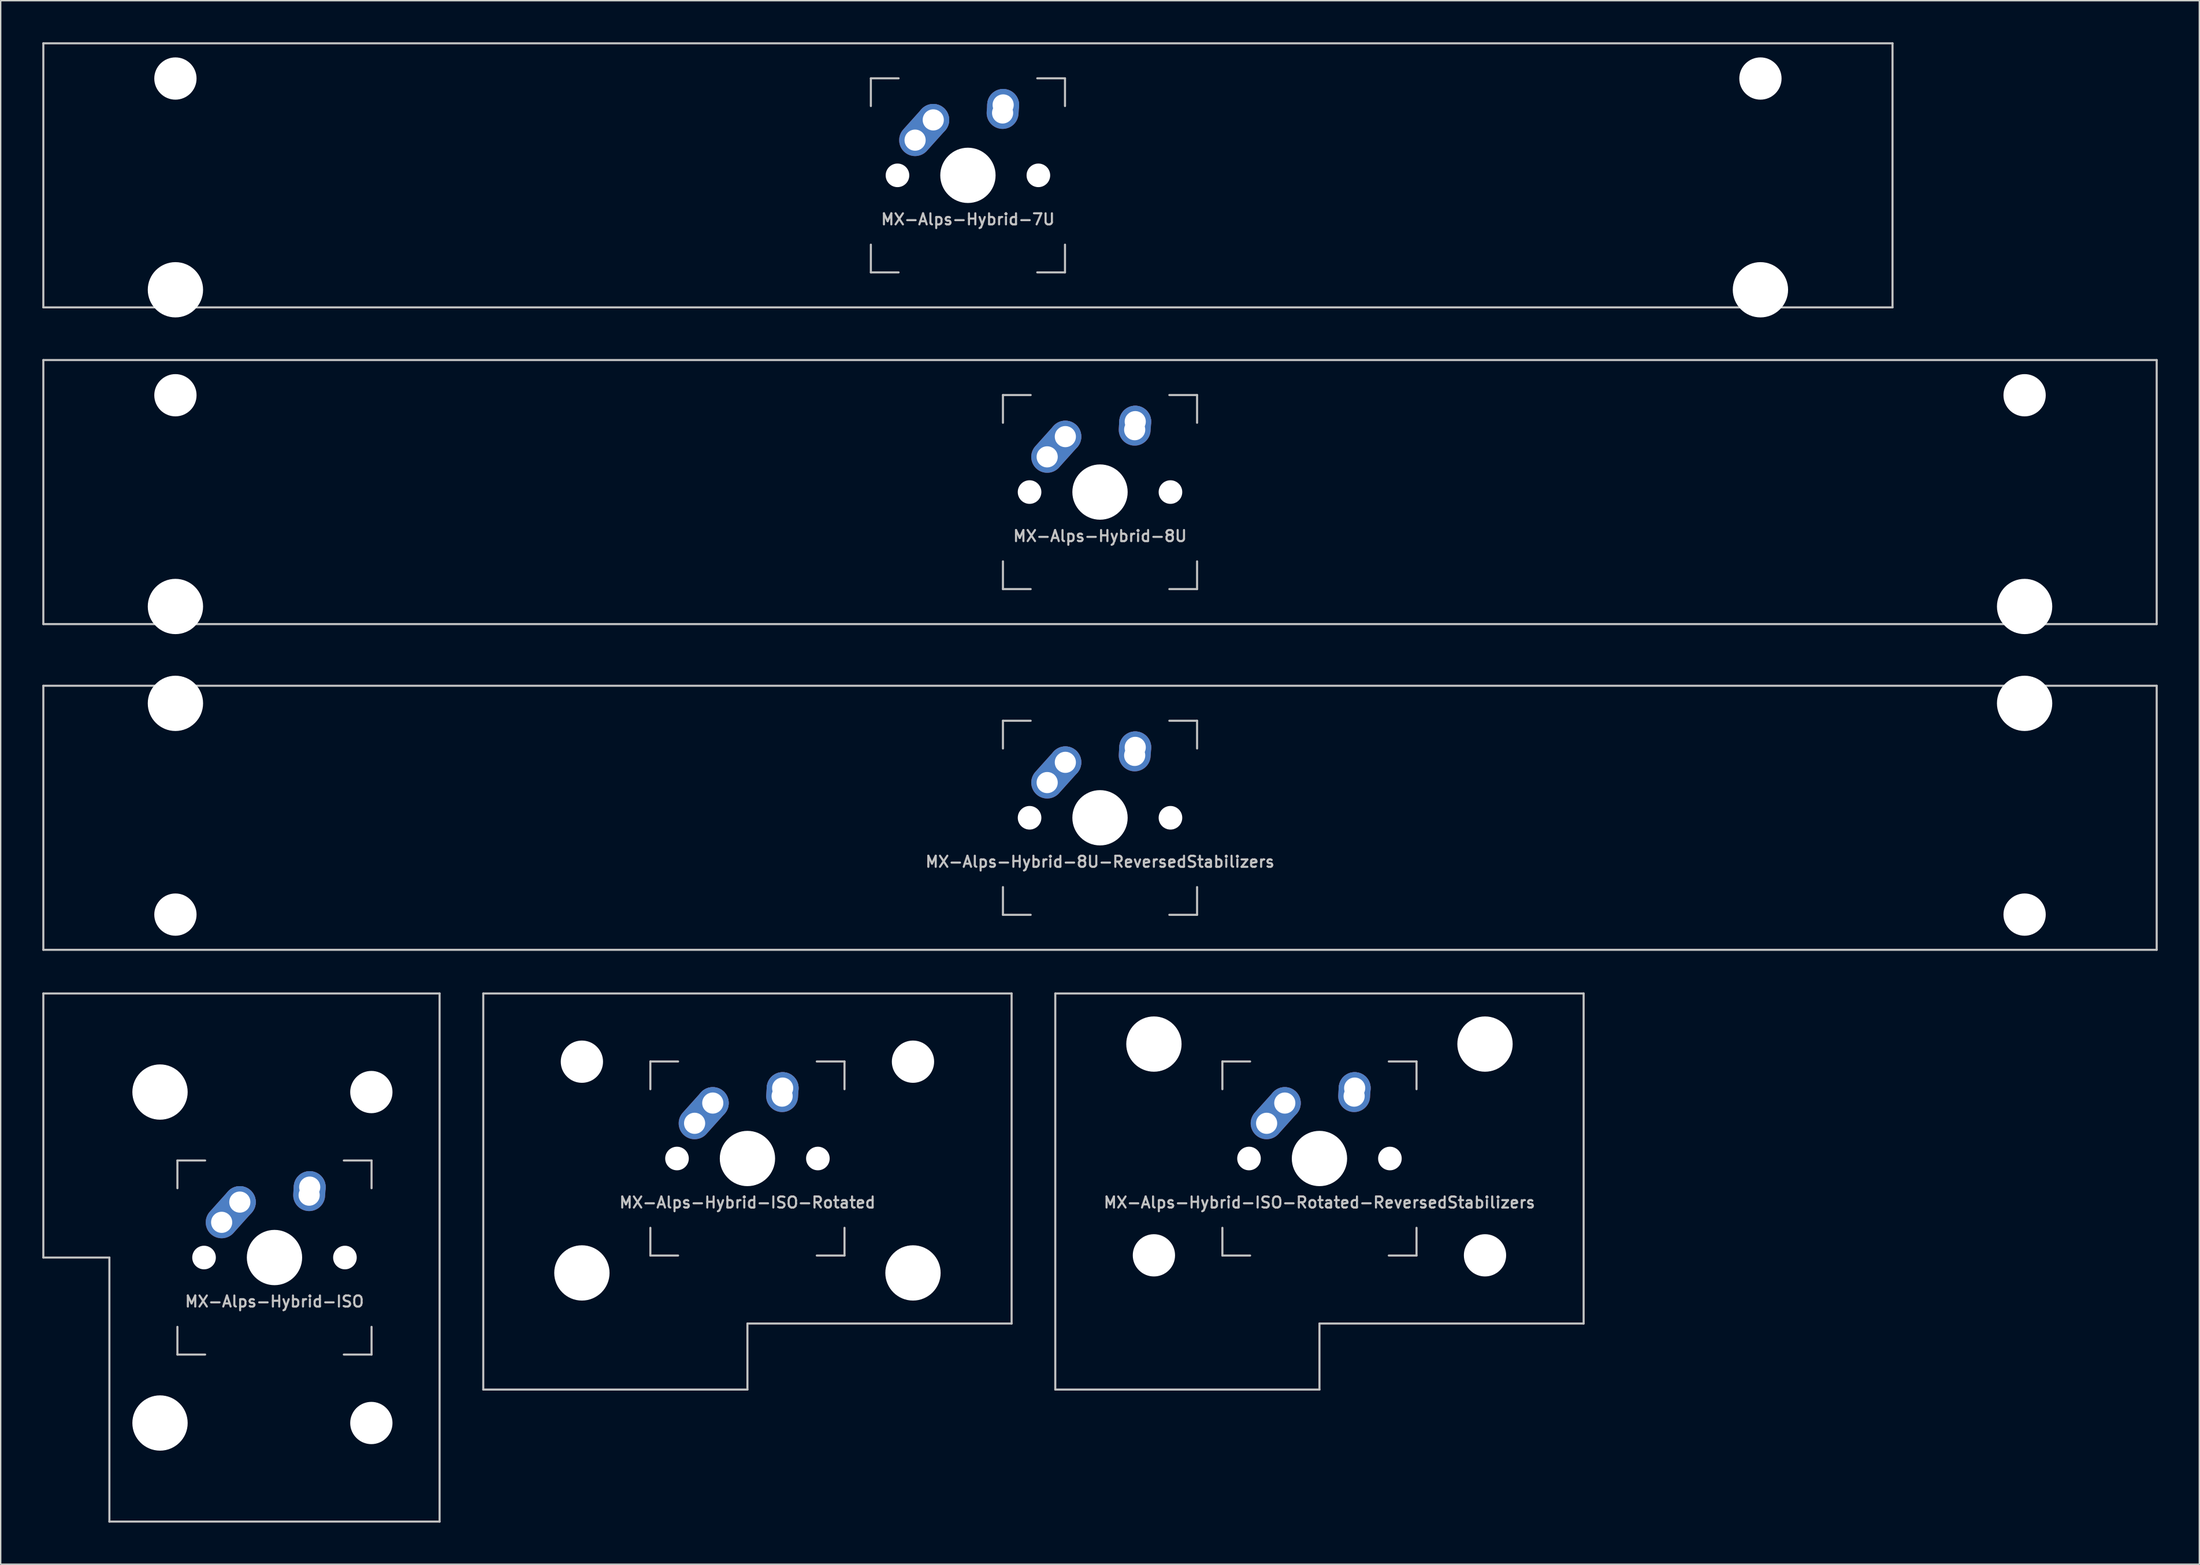
<source format=kicad_pcb>
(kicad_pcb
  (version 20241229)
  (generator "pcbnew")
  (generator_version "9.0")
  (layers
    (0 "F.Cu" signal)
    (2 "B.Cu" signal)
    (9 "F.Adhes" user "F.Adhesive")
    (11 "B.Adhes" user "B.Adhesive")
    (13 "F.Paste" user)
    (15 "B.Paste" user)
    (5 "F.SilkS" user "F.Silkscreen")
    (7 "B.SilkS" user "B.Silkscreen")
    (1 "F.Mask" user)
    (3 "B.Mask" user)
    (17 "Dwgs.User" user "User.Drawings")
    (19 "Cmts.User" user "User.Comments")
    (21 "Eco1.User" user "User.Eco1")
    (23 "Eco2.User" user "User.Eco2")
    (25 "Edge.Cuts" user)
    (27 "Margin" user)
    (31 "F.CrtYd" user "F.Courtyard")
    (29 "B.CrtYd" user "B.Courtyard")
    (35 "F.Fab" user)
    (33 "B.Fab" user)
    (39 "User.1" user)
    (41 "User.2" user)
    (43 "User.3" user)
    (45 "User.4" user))
  (footprint "MX-Alps-Hybrid-7U"
    (layer "F.Cu")
    (at 66.75 9.6)
    (property "Reference" "MX-Alps-Hybrid-7U" (at 0 3.175 0) (layer "Dwgs.User") (effects (font (size 0.8 0.8) (thickness 0.15))))
    (attr through_hole)
    (fp_line (start -66.675 9.525) (end -66.675 -9.525) (stroke (width 0.15) (type solid)) (layer "Dwgs.User"))
    (fp_line (start -7 -7) (end -7 -5) (stroke (width 0.15) (type solid)) (layer "Dwgs.User"))
    (fp_line (start -7 5) (end -7 7) (stroke (width 0.15) (type solid)) (layer "Dwgs.User"))
    (fp_line (start -7 7) (end -5 7) (stroke (width 0.15) (type solid)) (layer "Dwgs.User"))
    (fp_line (start -5 -7) (end -7 -7) (stroke (width 0.15) (type solid)) (layer "Dwgs.User"))
    (fp_line (start 5 -7) (end 7 -7) (stroke (width 0.15) (type solid)) (layer "Dwgs.User"))
    (fp_line (start 5 7) (end 7 7) (stroke (width 0.15) (type solid)) (layer "Dwgs.User"))
    (fp_line (start 7 -7) (end 7 -5) (stroke (width 0.15) (type solid)) (layer "Dwgs.User"))
    (fp_line (start 7 7) (end 7 5) (stroke (width 0.15) (type solid)) (layer "Dwgs.User"))
    (fp_line (start 66.675 -9.525) (end -66.675 -9.525) (stroke (width 0.15) (type solid)) (layer "Dwgs.User"))
    (fp_line (start 66.675 9.525) (end -66.675 9.525) (stroke (width 0.15) (type solid)) (layer "Dwgs.User"))
    (fp_line (start 66.675 9.525) (end 66.675 -9.525) (stroke (width 0.15) (type solid)) (layer "Dwgs.User"))
    (pad "" np_thru_hole circle (at -57.15 -6.985) (size 3.048 3.048) (drill 3.048) (layers "*.Cu" "*.Mask"))
    (pad "" np_thru_hole circle (at -57.15 8.255) (size 3.988 3.988) (drill 3.988) (layers "*.Cu" "*.Mask"))
    (pad "" np_thru_hole circle (at -5.08 0 48.099) (size 1.702 1.702) (drill 1.702) (layers "*.Cu" "*.Mask"))
    (pad "" np_thru_hole circle (at 0 0) (size 3.988 3.988) (drill 3.988) (layers "*.Cu" "*.Mask"))
    (pad "" np_thru_hole circle (at 5.08 0 48.099) (size 1.702 1.702) (drill 1.702) (layers "*.Cu" "*.Mask"))
    (pad "" np_thru_hole circle (at 57.15 -6.985) (size 3.048 3.048) (drill 3.048) (layers "*.Cu" "*.Mask"))
    (pad "" np_thru_hole circle (at 57.15 8.255) (size 3.988 3.988) (drill 3.988) (layers "*.Cu" "*.Mask"))
    (pad "1" thru_hole oval (at -3.81 -2.54 48.099) (size 4.262 2.3) (drill 1.524 (offset 0.981 0)) (layers "*.Cu" "B.Mask"))
    (pad "1" thru_hole circle (at -2.5 -4) (size 2.3 2.3) (drill 1.524) (layers "*.Cu" "B.Mask"))
    (pad "2" thru_hole oval (at 2.5 -4.5 86.054) (size 2.881 2.3) (drill 1.524 (offset 0.291 0)) (layers "*.Cu" "B.Mask"))
    (pad "2" thru_hole circle (at 2.54 -5.08) (size 2.3 2.3) (drill 1.524) (layers "*.Cu" "B.Mask")))
  (footprint "MX-Alps-Hybrid-ISO-Rotated"
    (layer "F.Cu")
    (at 50.85 80.528)
    (property "Reference" "MX-Alps-Hybrid-ISO-Rotated" (at 0 3.175 0) (layer "Dwgs.User") (effects (font (size 0.8 0.8) (thickness 0.15))))
    (attr through_hole)
    (fp_line (start -19.05 -11.906) (end 19.05 -11.906) (stroke (width 0.15) (type solid)) (layer "Dwgs.User"))
    (fp_line (start -19.05 16.669) (end -19.05 -11.906) (stroke (width 0.15) (type solid)) (layer "Dwgs.User"))
    (fp_line (start -19.05 16.669) (end 0 16.669) (stroke (width 0.15) (type solid)) (layer "Dwgs.User"))
    (fp_line (start -7 -7) (end -7 -5) (stroke (width 0.15) (type solid)) (layer "Dwgs.User"))
    (fp_line (start -7 5) (end -7 7) (stroke (width 0.15) (type solid)) (layer "Dwgs.User"))
    (fp_line (start -7 7) (end -5 7) (stroke (width 0.15) (type solid)) (layer "Dwgs.User"))
    (fp_line (start -5 -7) (end -7 -7) (stroke (width 0.15) (type solid)) (layer "Dwgs.User"))
    (fp_line (start 0 11.906) (end 0 16.669) (stroke (width 0.15) (type solid)) (layer "Dwgs.User"))
    (fp_line (start 5 -7) (end 7 -7) (stroke (width 0.15) (type solid)) (layer "Dwgs.User"))
    (fp_line (start 5 7) (end 7 7) (stroke (width 0.15) (type solid)) (layer "Dwgs.User"))
    (fp_line (start 7 -7) (end 7 -5) (stroke (width 0.15) (type solid)) (layer "Dwgs.User"))
    (fp_line (start 7 7) (end 7 5) (stroke (width 0.15) (type solid)) (layer "Dwgs.User"))
    (fp_line (start 19.05 11.906) (end 0 11.906) (stroke (width 0.15) (type solid)) (layer "Dwgs.User"))
    (fp_line (start 19.05 11.906) (end 19.05 -11.906) (stroke (width 0.15) (type solid)) (layer "Dwgs.User"))
    (pad "" np_thru_hole circle (at -11.938 -6.985) (size 3.048 3.048) (drill 3.048) (layers "*.Cu" "*.Mask"))
    (pad "" np_thru_hole circle (at -11.938 8.255) (size 3.988 3.988) (drill 3.988) (layers "*.Cu" "*.Mask"))
    (pad "" np_thru_hole circle (at -5.08 0 48.099) (size 1.702 1.702) (drill 1.702) (layers "*.Cu" "*.Mask"))
    (pad "" np_thru_hole circle (at 0 0) (size 3.988 3.988) (drill 3.988) (layers "*.Cu" "*.Mask"))
    (pad "" np_thru_hole circle (at 5.08 0 48.099) (size 1.702 1.702) (drill 1.702) (layers "*.Cu" "*.Mask"))
    (pad "" np_thru_hole circle (at 11.938 -6.985) (size 3.048 3.048) (drill 3.048) (layers "*.Cu" "*.Mask"))
    (pad "" np_thru_hole circle (at 11.938 8.255) (size 3.988 3.988) (drill 3.988) (layers "*.Cu" "*.Mask"))
    (pad "1" thru_hole oval (at -3.81 -2.54 48.099) (size 4.262 2.3) (drill 1.524 (offset 0.981 0)) (layers "*.Cu" "B.Mask"))
    (pad "1" thru_hole circle (at -2.5 -4) (size 2.3 2.3) (drill 1.524) (layers "*.Cu" "B.Mask"))
    (pad "2" thru_hole oval (at 2.5 -4.5 86.054) (size 2.881 2.3) (drill 1.524 (offset 0.291 0)) (layers "*.Cu" "B.Mask"))
    (pad "2" thru_hole circle (at 2.54 -5.08) (size 2.3 2.3) (drill 1.524) (layers "*.Cu" "B.Mask")))
  (footprint "MX-Alps-Hybrid-8U-ReversedStabilizers"
    (layer "F.Cu")
    (at 76.275 55.947)
    (property "Reference" "MX-Alps-Hybrid-8U-ReversedStabilizers" (at 0 3.175 0) (layer "Dwgs.User") (effects (font (size 0.8 0.8) (thickness 0.15))))
    (attr through_hole)
    (fp_line (start -76.2 9.525) (end -76.2 -9.525) (stroke (width 0.15) (type solid)) (layer "Dwgs.User"))
    (fp_line (start -7 -7) (end -7 -5) (stroke (width 0.15) (type solid)) (layer "Dwgs.User"))
    (fp_line (start -7 5) (end -7 7) (stroke (width 0.15) (type solid)) (layer "Dwgs.User"))
    (fp_line (start -7 7) (end -5 7) (stroke (width 0.15) (type solid)) (layer "Dwgs.User"))
    (fp_line (start -5 -7) (end -7 -7) (stroke (width 0.15) (type solid)) (layer "Dwgs.User"))
    (fp_line (start 5 -7) (end 7 -7) (stroke (width 0.15) (type solid)) (layer "Dwgs.User"))
    (fp_line (start 5 7) (end 7 7) (stroke (width 0.15) (type solid)) (layer "Dwgs.User"))
    (fp_line (start 7 -7) (end 7 -5) (stroke (width 0.15) (type solid)) (layer "Dwgs.User"))
    (fp_line (start 7 7) (end 7 5) (stroke (width 0.15) (type solid)) (layer "Dwgs.User"))
    (fp_line (start 76.2 -9.525) (end -76.2 -9.525) (stroke (width 0.15) (type solid)) (layer "Dwgs.User"))
    (fp_line (start 76.2 9.525) (end -76.2 9.525) (stroke (width 0.15) (type solid)) (layer "Dwgs.User"))
    (fp_line (start 76.2 9.525) (end 76.2 -9.525) (stroke (width 0.15) (type solid)) (layer "Dwgs.User"))
    (pad "" np_thru_hole circle (at -66.675 -8.255) (size 3.988 3.988) (drill 3.988) (layers "*.Cu" "*.Mask"))
    (pad "" np_thru_hole circle (at -66.675 6.985) (size 3.048 3.048) (drill 3.048) (layers "*.Cu" "*.Mask"))
    (pad "" np_thru_hole circle (at -5.08 0 48.099) (size 1.702 1.702) (drill 1.702) (layers "*.Cu" "*.Mask"))
    (pad "" np_thru_hole circle (at 0 0) (size 3.988 3.988) (drill 3.988) (layers "*.Cu" "*.Mask"))
    (pad "" np_thru_hole circle (at 5.08 0 48.099) (size 1.702 1.702) (drill 1.702) (layers "*.Cu" "*.Mask"))
    (pad "" np_thru_hole circle (at 66.675 -8.255) (size 3.988 3.988) (drill 3.988) (layers "*.Cu" "*.Mask"))
    (pad "" np_thru_hole circle (at 66.675 6.985) (size 3.048 3.048) (drill 3.048) (layers "*.Cu" "*.Mask"))
    (pad "1" thru_hole oval (at -3.81 -2.54 48.099) (size 4.262 2.3) (drill 1.524 (offset 0.981 0)) (layers "*.Cu" "*.Mask"))
    (pad "1" thru_hole circle (at -2.5 -4) (size 2.3 2.3) (drill 1.524) (layers "*.Cu" "*.Mask"))
    (pad "2" thru_hole oval (at 2.5 -4.5 86.054) (size 2.881 2.3) (drill 1.524 (offset 0.291 0)) (layers "*.Cu" "*.Mask"))
    (pad "2" thru_hole circle (at 2.54 -5.08) (size 2.3 2.3) (drill 1.524) (layers "*.Cu" "*.Mask")))
  (footprint "MX-Alps-Hybrid-8U"
    (layer "F.Cu")
    (at 76.275 32.449)
    (property "Reference" "MX-Alps-Hybrid-8U" (at 0 3.175 0) (layer "Dwgs.User") (effects (font (size 0.8 0.8) (thickness 0.15))))
    (attr through_hole)
    (fp_line (start -76.2 9.525) (end -76.2 -9.525) (stroke (width 0.15) (type solid)) (layer "Dwgs.User"))
    (fp_line (start -7 -7) (end -7 -5) (stroke (width 0.15) (type solid)) (layer "Dwgs.User"))
    (fp_line (start -7 5) (end -7 7) (stroke (width 0.15) (type solid)) (layer "Dwgs.User"))
    (fp_line (start -7 7) (end -5 7) (stroke (width 0.15) (type solid)) (layer "Dwgs.User"))
    (fp_line (start -5 -7) (end -7 -7) (stroke (width 0.15) (type solid)) (layer "Dwgs.User"))
    (fp_line (start 5 -7) (end 7 -7) (stroke (width 0.15) (type solid)) (layer "Dwgs.User"))
    (fp_line (start 5 7) (end 7 7) (stroke (width 0.15) (type solid)) (layer "Dwgs.User"))
    (fp_line (start 7 -7) (end 7 -5) (stroke (width 0.15) (type solid)) (layer "Dwgs.User"))
    (fp_line (start 7 7) (end 7 5) (stroke (width 0.15) (type solid)) (layer "Dwgs.User"))
    (fp_line (start 76.2 -9.525) (end -76.2 -9.525) (stroke (width 0.15) (type solid)) (layer "Dwgs.User"))
    (fp_line (start 76.2 9.525) (end -76.2 9.525) (stroke (width 0.15) (type solid)) (layer "Dwgs.User"))
    (fp_line (start 76.2 9.525) (end 76.2 -9.525) (stroke (width 0.15) (type solid)) (layer "Dwgs.User"))
    (pad "" np_thru_hole circle (at -66.675 -6.985) (size 3.048 3.048) (drill 3.048) (layers "*.Cu" "*.Mask"))
    (pad "" np_thru_hole circle (at -66.675 8.255) (size 3.988 3.988) (drill 3.988) (layers "*.Cu" "*.Mask"))
    (pad "" np_thru_hole circle (at -5.08 0 48.099) (size 1.702 1.702) (drill 1.702) (layers "*.Cu" "*.Mask"))
    (pad "" np_thru_hole circle (at 0 0) (size 3.988 3.988) (drill 3.988) (layers "*.Cu" "*.Mask"))
    (pad "" np_thru_hole circle (at 5.08 0 48.099) (size 1.702 1.702) (drill 1.702) (layers "*.Cu" "*.Mask"))
    (pad "" np_thru_hole circle (at 66.675 -6.985) (size 3.048 3.048) (drill 3.048) (layers "*.Cu" "*.Mask"))
    (pad "" np_thru_hole circle (at 66.675 8.255) (size 3.988 3.988) (drill 3.988) (layers "*.Cu" "*.Mask"))
    (pad "1" thru_hole oval (at -3.81 -2.54 48.099) (size 4.262 2.3) (drill 1.524 (offset 0.981 0)) (layers "*.Cu" "B.Mask"))
    (pad "1" thru_hole circle (at -2.5 -4) (size 2.3 2.3) (drill 1.524) (layers "*.Cu" "B.Mask"))
    (pad "2" thru_hole oval (at 2.5 -4.5 86.054) (size 2.881 2.3) (drill 1.524 (offset 0.291 0)) (layers "*.Cu" "B.Mask"))
    (pad "2" thru_hole circle (at 2.54 -5.08) (size 2.3 2.3) (drill 1.524) (layers "*.Cu" "B.Mask")))
  (footprint "MX-Alps-Hybrid-ISO-Rotated-ReversedStabilizers"
    (layer "F.Cu")
    (at 92.1 80.528)
    (property "Reference" "MX-Alps-Hybrid-ISO-Rotated-ReversedStabilizers" (at 0 3.175 0) (layer "Dwgs.User") (effects (font (size 0.8 0.8) (thickness 0.15))))
    (attr through_hole)
    (fp_line (start -19.05 -11.906) (end 19.05 -11.906) (stroke (width 0.15) (type solid)) (layer "Dwgs.User"))
    (fp_line (start -19.05 16.669) (end -19.05 -11.906) (stroke (width 0.15) (type solid)) (layer "Dwgs.User"))
    (fp_line (start -19.05 16.669) (end 0 16.669) (stroke (width 0.15) (type solid)) (layer "Dwgs.User"))
    (fp_line (start -7 -7) (end -7 -5) (stroke (width 0.15) (type solid)) (layer "Dwgs.User"))
    (fp_line (start -7 5) (end -7 7) (stroke (width 0.15) (type solid)) (layer "Dwgs.User"))
    (fp_line (start -7 7) (end -5 7) (stroke (width 0.15) (type solid)) (layer "Dwgs.User"))
    (fp_line (start -5 -7) (end -7 -7) (stroke (width 0.15) (type solid)) (layer "Dwgs.User"))
    (fp_line (start 0 11.906) (end 0 16.669) (stroke (width 0.15) (type solid)) (layer "Dwgs.User"))
    (fp_line (start 5 -7) (end 7 -7) (stroke (width 0.15) (type solid)) (layer "Dwgs.User"))
    (fp_line (start 5 7) (end 7 7) (stroke (width 0.15) (type solid)) (layer "Dwgs.User"))
    (fp_line (start 7 -7) (end 7 -5) (stroke (width 0.15) (type solid)) (layer "Dwgs.User"))
    (fp_line (start 7 7) (end 7 5) (stroke (width 0.15) (type solid)) (layer "Dwgs.User"))
    (fp_line (start 19.05 11.906) (end 0 11.906) (stroke (width 0.15) (type solid)) (layer "Dwgs.User"))
    (fp_line (start 19.05 11.906) (end 19.05 -11.906) (stroke (width 0.15) (type solid)) (layer "Dwgs.User"))
    (pad "" np_thru_hole circle (at -11.938 -8.255) (size 3.988 3.988) (drill 3.988) (layers "*.Cu" "*.Mask"))
    (pad "" np_thru_hole circle (at -11.938 6.985) (size 3.048 3.048) (drill 3.048) (layers "*.Cu" "*.Mask"))
    (pad "" np_thru_hole circle (at -5.08 0 48.099) (size 1.702 1.702) (drill 1.702) (layers "*.Cu" "*.Mask"))
    (pad "" np_thru_hole circle (at 0 0) (size 3.988 3.988) (drill 3.988) (layers "*.Cu" "*.Mask"))
    (pad "" np_thru_hole circle (at 5.08 0 48.099) (size 1.702 1.702) (drill 1.702) (layers "*.Cu" "*.Mask"))
    (pad "" np_thru_hole circle (at 11.938 -8.255) (size 3.988 3.988) (drill 3.988) (layers "*.Cu" "*.Mask"))
    (pad "" np_thru_hole circle (at 11.938 6.985) (size 3.048 3.048) (drill 3.048) (layers "*.Cu" "*.Mask"))
    (pad "1" thru_hole oval (at -3.81 -2.54 48.099) (size 4.262 2.3) (drill 1.524 (offset 0.981 0)) (layers "*.Cu" "B.Mask"))
    (pad "1" thru_hole circle (at -2.5 -4) (size 2.3 2.3) (drill 1.524) (layers "*.Cu" "B.Mask"))
    (pad "2" thru_hole oval (at 2.5 -4.5 86.054) (size 2.881 2.3) (drill 1.524 (offset 0.291 0)) (layers "*.Cu" "B.Mask"))
    (pad "2" thru_hole circle (at 2.54 -5.08) (size 2.3 2.3) (drill 1.524) (layers "*.Cu" "B.Mask")))
  (footprint "MX-Alps-Hybrid-ISO"
    (layer "F.Cu")
    (at 16.744 87.672)
    (property "Reference" "MX-Alps-Hybrid-ISO" (at 0 3.175 0) (layer "Dwgs.User") (effects (font (size 0.8 0.8) (thickness 0.15))))
    (attr through_hole)
    (fp_line (start -16.669 -19.05) (end -16.669 0) (stroke (width 0.15) (type solid)) (layer "Dwgs.User"))
    (fp_line (start -16.669 -19.05) (end 11.906 -19.05) (stroke (width 0.15) (type solid)) (layer "Dwgs.User"))
    (fp_line (start -11.906 0) (end -16.669 0) (stroke (width 0.15) (type solid)) (layer "Dwgs.User"))
    (fp_line (start -11.906 19.05) (end -11.906 0) (stroke (width 0.15) (type solid)) (layer "Dwgs.User"))
    (fp_line (start -11.906 19.05) (end 11.906 19.05) (stroke (width 0.15) (type solid)) (layer "Dwgs.User"))
    (fp_line (start -7 -7) (end -7 -5) (stroke (width 0.15) (type solid)) (layer "Dwgs.User"))
    (fp_line (start -7 5) (end -7 7) (stroke (width 0.15) (type solid)) (layer "Dwgs.User"))
    (fp_line (start -7 7) (end -5 7) (stroke (width 0.15) (type solid)) (layer "Dwgs.User"))
    (fp_line (start -5 -7) (end -7 -7) (stroke (width 0.15) (type solid)) (layer "Dwgs.User"))
    (fp_line (start 5 -7) (end 7 -7) (stroke (width 0.15) (type solid)) (layer "Dwgs.User"))
    (fp_line (start 5 7) (end 7 7) (stroke (width 0.15) (type solid)) (layer "Dwgs.User"))
    (fp_line (start 7 -7) (end 7 -5) (stroke (width 0.15) (type solid)) (layer "Dwgs.User"))
    (fp_line (start 7 7) (end 7 5) (stroke (width 0.15) (type solid)) (layer "Dwgs.User"))
    (fp_line (start 11.906 -19.05) (end 11.906 19.05) (stroke (width 0.15) (type solid)) (layer "Dwgs.User"))
    (pad "" np_thru_hole circle (at -8.255 -11.938) (size 3.988 3.988) (drill 3.988) (layers "*.Cu" "*.Mask"))
    (pad "" np_thru_hole circle (at -8.255 11.938) (size 3.988 3.988) (drill 3.988) (layers "*.Cu" "*.Mask"))
    (pad "" np_thru_hole circle (at -5.08 0 48.099) (size 1.702 1.702) (drill 1.702) (layers "*.Cu" "*.Mask"))
    (pad "" np_thru_hole circle (at 0 0) (size 3.988 3.988) (drill 3.988) (layers "*.Cu" "*.Mask"))
    (pad "" np_thru_hole circle (at 5.08 0 48.099) (size 1.702 1.702) (drill 1.702) (layers "*.Cu" "*.Mask"))
    (pad "" np_thru_hole circle (at 6.985 -11.938) (size 3.048 3.048) (drill 3.048) (layers "*.Cu" "*.Mask"))
    (pad "" np_thru_hole circle (at 6.985 11.938) (size 3.048 3.048) (drill 3.048) (layers "*.Cu" "*.Mask"))
    (pad "1" thru_hole oval (at -3.81 -2.54 48.099) (size 4.262 2.3) (drill 1.524 (offset 0.981 0)) (layers "*.Cu" "B.Mask"))
    (pad "1" thru_hole circle (at -2.5 -4) (size 2.3 2.3) (drill 1.524) (layers "*.Cu" "B.Mask"))
    (pad "2" thru_hole oval (at 2.5 -4.5 86.054) (size 2.881 2.3) (drill 1.524 (offset 0.291 0)) (layers "*.Cu" "B.Mask"))
    (pad "2" thru_hole circle (at 2.54 -5.08) (size 2.3 2.3) (drill 1.524) (layers "*.Cu" "B.Mask")))
  (gr_rect
    (start -3 -3)
    (end 155.55 109.797)
    (stroke (width 0.1) (type default))
    (fill no)
    (layer "Edge.Cuts")))
</source>
